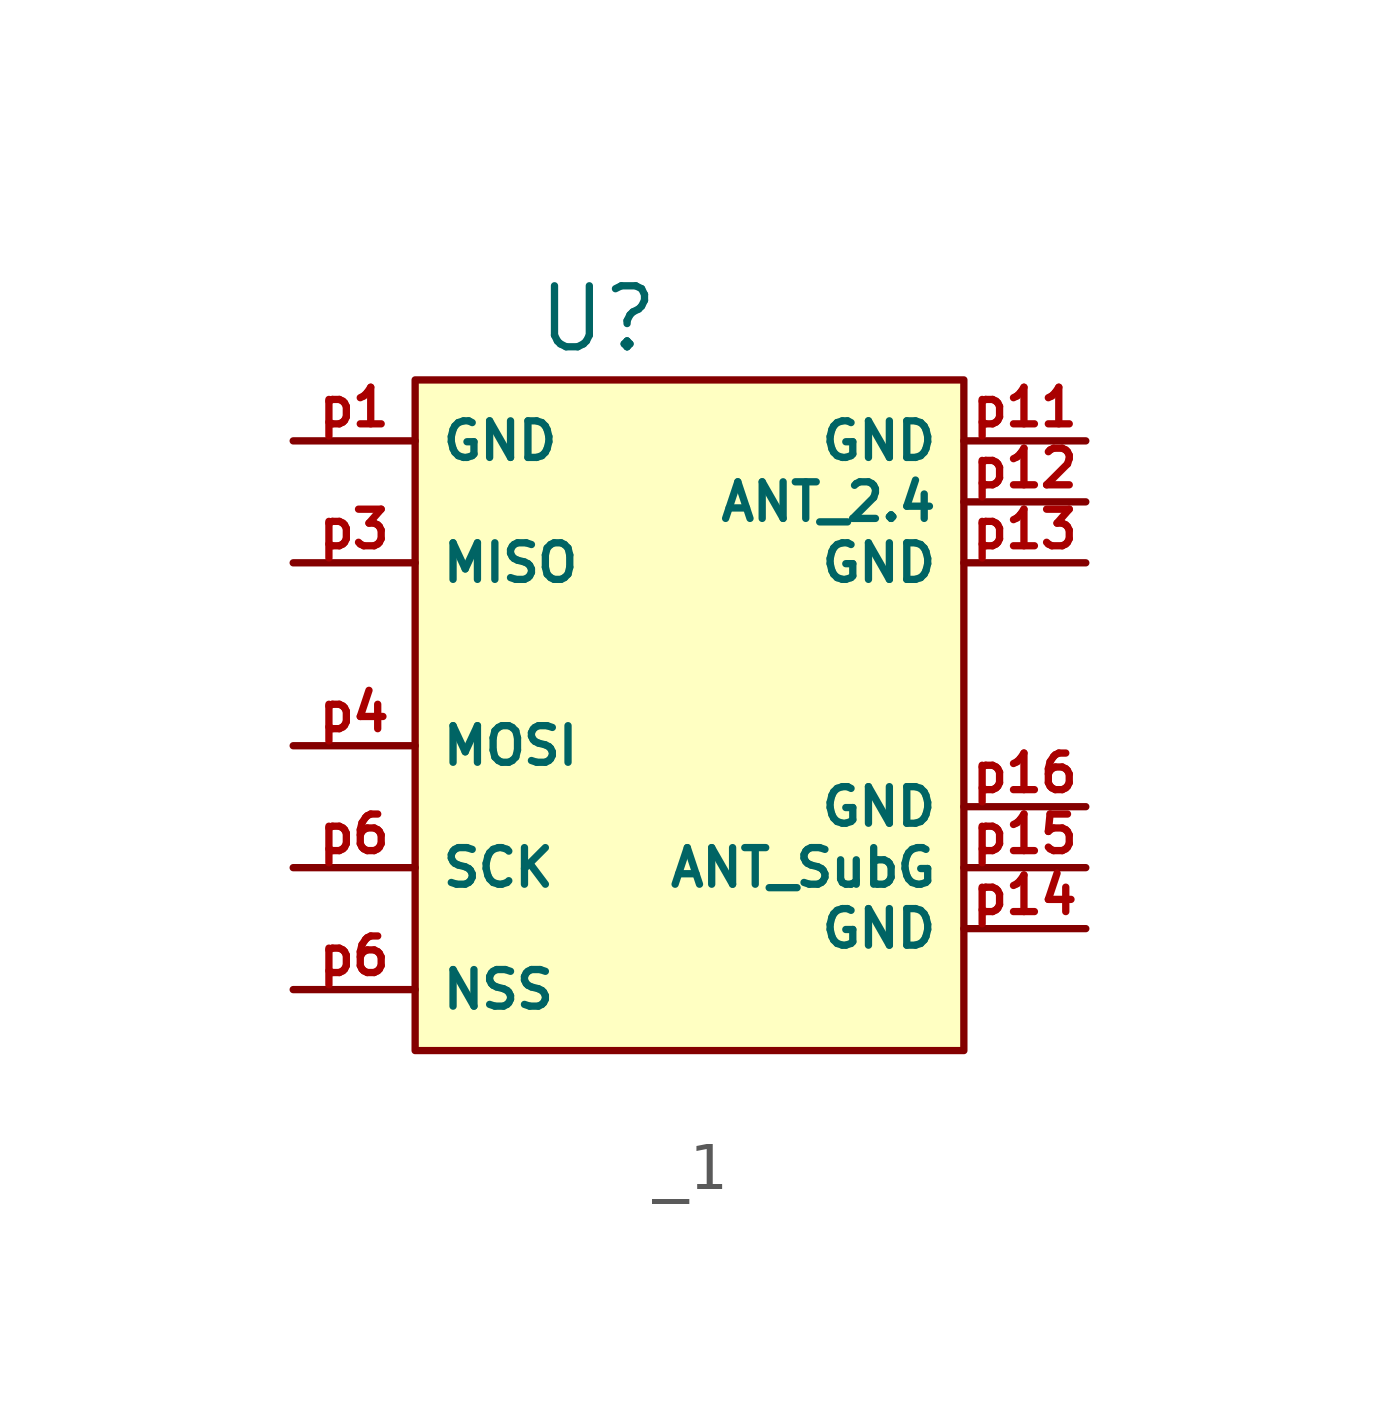
<source format=kicad_sym>
(kicad_symbol_lib
  (version 20241209)
  (generator "kicad_symbol_editor")
  (generator_version "9.0")
  (symbol "_1"
    (property "Reference" "U"
      (at 0 0 0)
      (effects (font (size 1.27 1.27))))
    (property "Value" ""
      (at 0 0 0)
      (effects (font (size 1.27 1.27))))
    (symbol "_1_1_1"
      (rectangle (start -3.81 -1.27) (end 7.62 -15.24) (stroke (width 0) (type solid)) (fill (type color) (color 255 255 194 1)))
      (pin input line (at -6.35 -2.54 0) (length 2.54) (name "GND" (effects (font (size 0.762 0.762)))) (number "p1" (effects (font (size 0.762 0.762)))))
      (pin input line (at -6.35 -5.08 0) (length 2.54) (name "MISO" (effects (font (size 0.762 0.762)))) (number "p3" (effects (font (size 0.762 0.762)))))
      (pin input line (at -6.35 -8.89 0) (length 2.54) (name "MOSI" (effects (font (size 0.762 0.762)))) (number "p4" (effects (font (size 0.762 0.762)))))
      (pin input line (at -6.35 -11.43 0) (length 2.54) (name "SCK" (effects (font (size 0.762 0.762)))) (number "p6" (effects (font (size 0.762 0.762)))))
      (pin input line (at -6.35 -13.97 0) (length 2.54) (name "NSS" (effects (font (size 0.762 0.762)))) (number "p6" (effects (font (size 0.762 0.762)))))
      (pin input line (at 10.16 -2.54 180) (length 2.54) (name "GND" (effects (font (size 0.762 0.762)))) (number "p11" (effects (font (size 0.762 0.762)))))
      (pin input line (at 10.16 -3.81 180) (length 2.54) (name "ANT_2.4" (effects (font (size 0.762 0.762)))) (number "p12" (effects (font (size 0.762 0.762)))))
      (pin input line (at 10.16 -5.08 180) (length 2.54) (name "GND" (effects (font (size 0.762 0.762)))) (number "p13" (effects (font (size 0.762 0.762)))))
      (pin input line (at 10.16 -10.16 180) (length 2.54) (name "GND" (effects (font (size 0.762 0.762)))) (number "p16" (effects (font (size 0.762 0.762)))))
      (pin input line (at 10.16 -11.43 180) (length 2.54) (name "ANT_SubG" (effects (font (size 0.762 0.762)))) (number "p15" (effects (font (size 0.762 0.762)))))
      (pin input line (at 10.16 -12.7 180) (length 2.54) (name "GND" (effects (font (size 0.762 0.762)))) (number "p14" (effects (font (size 0.762 0.762))))))))
</source>
